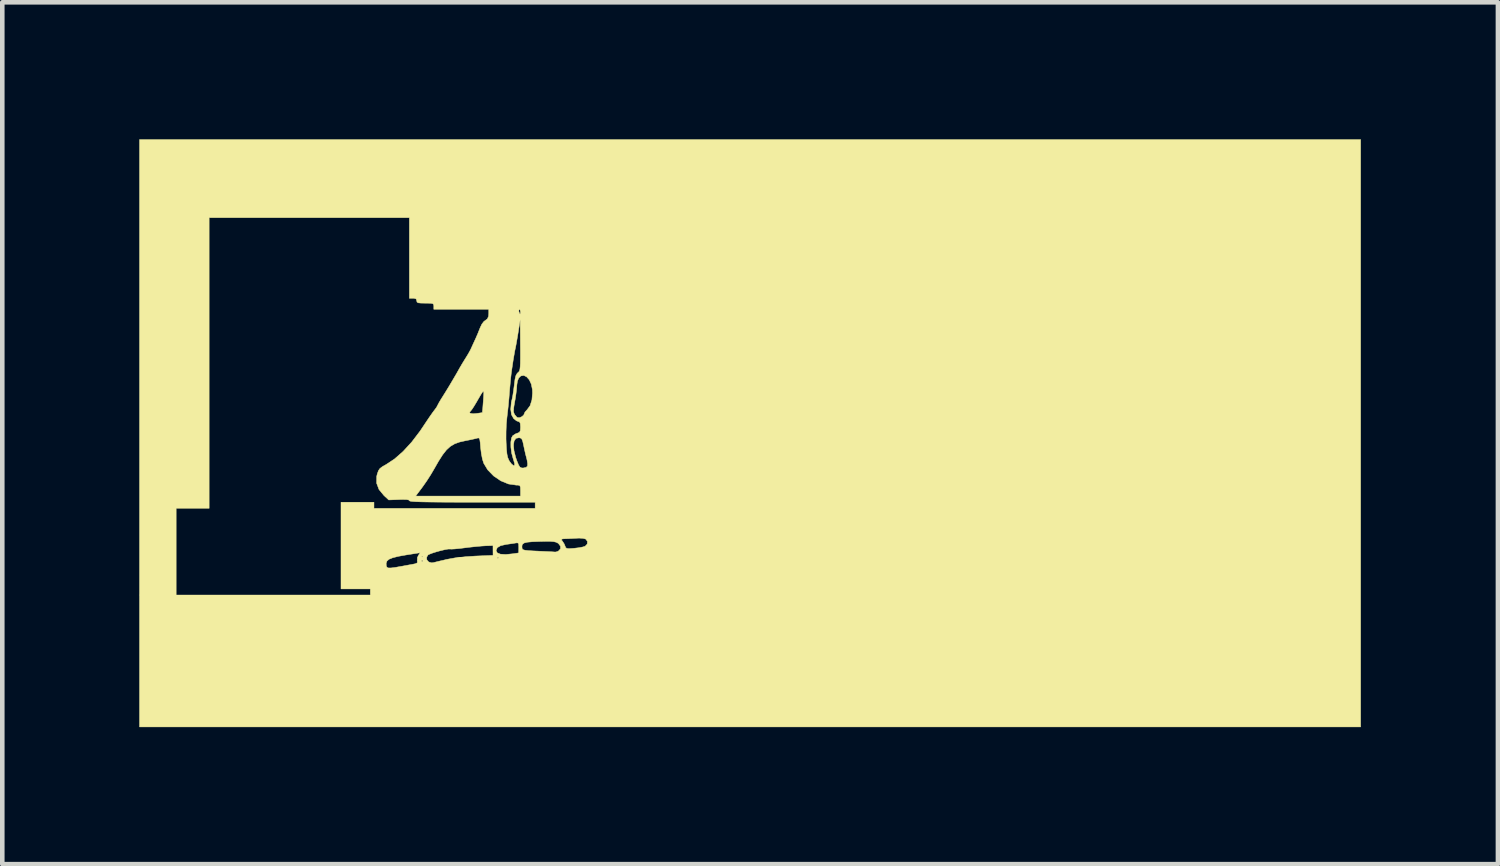
<source format=kicad_pcb>
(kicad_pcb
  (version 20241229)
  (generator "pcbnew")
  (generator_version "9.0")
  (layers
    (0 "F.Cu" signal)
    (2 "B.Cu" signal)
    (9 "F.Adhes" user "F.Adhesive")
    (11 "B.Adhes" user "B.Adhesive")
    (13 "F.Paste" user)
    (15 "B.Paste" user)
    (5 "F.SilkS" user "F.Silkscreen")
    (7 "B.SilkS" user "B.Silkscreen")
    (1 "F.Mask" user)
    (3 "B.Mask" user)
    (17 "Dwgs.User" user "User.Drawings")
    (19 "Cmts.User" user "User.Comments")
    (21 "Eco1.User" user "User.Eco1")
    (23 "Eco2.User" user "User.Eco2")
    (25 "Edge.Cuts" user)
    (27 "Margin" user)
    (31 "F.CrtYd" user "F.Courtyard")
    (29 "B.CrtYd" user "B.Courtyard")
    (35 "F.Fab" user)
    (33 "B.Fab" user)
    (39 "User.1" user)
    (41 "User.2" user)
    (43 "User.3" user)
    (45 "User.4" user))
  (footprint "assdrop"
    (layer "F.Cu")
    (at 13.373 6.422)
    (property "Reference" "assdrop" (at 0 0 0) (layer "F.SilkS") (effects (font (size 1.524 1.524) (thickness 0.3))))
    (attr through_hole)
    (fp_poly (pts (xy 13.368 6.444) (xy -13.368 6.444) (xy -13.368 1.658) (xy -12.566 1.658) (xy -12.566 3.556) (xy -8.315 3.556) (xy -8.315 3.422) (xy -8.957 3.422) (xy -8.957 2.87) (xy -7.968 2.87) (xy -7.965 2.918) (xy -7.952 2.948) (xy -7.92 2.963) (xy -7.861 2.963) (xy -7.767 2.951) (xy -7.628 2.926) (xy -7.625 2.926) (xy -7.512 2.905) (xy -7.413 2.887) (xy -7.345 2.874) (xy -7.331 2.871) (xy -7.287 2.851) (xy -7.285 2.809) (xy -7.286 2.807) (xy -7.192 2.807) (xy -7.182 2.829) (xy -7.174 2.825) (xy -7.171 2.793) (xy -7.174 2.79) (xy -7.19 2.793) (xy -7.192 2.807) (xy -7.286 2.807) (xy -7.286 2.805) (xy -7.285 2.741) (xy -7.281 2.732) (xy -7.084 2.732) (xy -7.076 2.788) (xy -7.036 2.832) (xy -6.973 2.851) (xy -6.938 2.847) (xy -6.889 2.835) (xy -6.803 2.814) (xy -6.695 2.789) (xy -6.644 2.776) (xy -6.451 2.741) (xy -6.446 2.741) (xy -5.535 2.741) (xy -5.521 2.754) (xy -5.508 2.741) (xy -5.521 2.727) (xy -5.535 2.741) (xy -6.446 2.741) (xy -6.217 2.716) (xy -6.016 2.703) (xy -5.628 2.687) (xy -5.629 2.581) (xy -5.561 2.581) (xy -5.537 2.632) (xy -5.466 2.661) (xy -5.347 2.668) (xy -5.187 2.652) (xy -5.067 2.634) (xy -5.065 2.519) (xy -5.066 2.478) (xy -4.995 2.478) (xy -4.993 2.527) (xy -4.987 2.549) (xy -4.968 2.564) (xy -4.928 2.575) (xy -4.859 2.583) (xy -4.751 2.59) (xy -4.639 2.595) (xy -4.507 2.601) (xy -4.395 2.606) (xy -4.313 2.611) (xy -4.272 2.614) (xy -4.269 2.615) (xy -4.231 2.608) (xy -4.196 2.593) (xy -4.152 2.545) (xy -4.152 2.486) (xy -4.196 2.428) (xy -4.211 2.418) (xy -4.249 2.399) (xy -4.301 2.387) (xy -4.378 2.381) (xy -4.491 2.381) (xy -4.613 2.384) (xy -4.766 2.389) (xy -4.874 2.399) (xy -4.943 2.415) (xy -4.981 2.441) (xy -4.995 2.478) (xy -5.066 2.478) (xy -5.066 2.448) (xy -5.079 2.417) (xy -5.111 2.414) (xy -5.132 2.417) (xy -5.199 2.428) (xy -5.291 2.441) (xy -5.341 2.448) (xy -5.461 2.475) (xy -5.535 2.519) (xy -5.561 2.58) (xy -5.561 2.581) (xy -5.629 2.581) (xy -5.629 2.58) (xy -5.629 2.473) (xy -5.789 2.478) (xy -5.885 2.484) (xy -6.014 2.496) (xy -6.156 2.511) (xy -6.241 2.522) (xy -6.363 2.537) (xy -6.466 2.547) (xy -6.539 2.551) (xy -6.567 2.549) (xy -6.608 2.549) (xy -6.685 2.563) (xy -6.782 2.586) (xy -6.882 2.614) (xy -6.972 2.643) (xy -7.035 2.669) (xy -7.051 2.678) (xy -7.084 2.732) (xy -7.281 2.732) (xy -7.274 2.714) (xy -7.192 2.714) (xy -7.179 2.727) (xy -7.165 2.714) (xy -7.179 2.7) (xy -7.192 2.714) (xy -7.274 2.714) (xy -7.264 2.691) (xy -7.224 2.63) (xy -7.535 2.679) (xy -7.703 2.709) (xy -7.824 2.74) (xy -7.904 2.772) (xy -7.95 2.811) (xy -7.967 2.858) (xy -7.968 2.87) (xy -8.957 2.87) (xy -8.957 2.335) (xy -4.13 2.335) (xy -4.127 2.354) (xy -4.111 2.373) (xy -4.07 2.437) (xy -4.051 2.483) (xy -4.037 2.517) (xy -4.014 2.534) (xy -3.969 2.54) (xy -3.887 2.535) (xy -3.849 2.532) (xy -3.747 2.52) (xy -3.66 2.503) (xy -3.611 2.487) (xy -3.566 2.44) (xy -3.561 2.382) (xy -3.597 2.333) (xy -3.604 2.329) (xy -3.659 2.315) (xy -3.741 2.31) (xy -3.771 2.311) (xy -3.876 2.317) (xy -3.991 2.322) (xy -4.021 2.323) (xy -4.098 2.326) (xy -4.13 2.335) (xy -8.957 2.335) (xy -8.957 1.524) (xy -8.235 1.524) (xy -8.235 1.658) (xy -4.706 1.658) (xy -4.706 1.524) (xy -6.083 1.524) (xy -6.402 1.524) (xy -6.671 1.523) (xy -6.894 1.521) (xy -7.074 1.519) (xy -7.215 1.516) (xy -7.32 1.512) (xy -7.393 1.507) (xy -7.438 1.501) (xy -7.458 1.494) (xy -7.46 1.491) (xy -7.475 1.474) (xy -7.526 1.465) (xy -7.619 1.464) (xy -7.686 1.466) (xy -7.912 1.474) (xy -8.002 1.39) (xy -7.323 1.39) (xy -5.027 1.39) (xy -5.027 1.27) (xy -5.029 1.196) (xy -5.042 1.161) (xy -5.078 1.15) (xy -5.116 1.15) (xy -5.289 1.125) (xy -5.459 1.055) (xy -5.615 0.949) (xy -5.745 0.815) (xy -5.831 0.673) (xy -5.86 0.583) (xy -5.884 0.461) (xy -5.9 0.33) (xy -5.909 0.22) (xy -5.918 0.154) (xy -5.925 0.137) (xy -5.344 0.137) (xy -5.341 0.225) (xy -5.333 0.367) (xy -5.323 0.468) (xy -5.308 0.54) (xy -5.285 0.596) (xy -5.269 0.626) (xy -5.224 0.686) (xy -5.183 0.719) (xy -5.173 0.722) (xy -5.156 0.712) (xy -5.157 0.675) (xy -5.178 0.601) (xy -5.188 0.571) (xy -5.221 0.448) (xy -5.237 0.321) (xy -5.238 0.273) (xy -5.181 0.273) (xy -5.169 0.397) (xy -5.131 0.547) (xy -5.102 0.628) (xy -5.067 0.712) (xy -5.038 0.756) (xy -5.002 0.773) (xy -4.969 0.775) (xy -4.901 0.76) (xy -4.874 0.731) (xy -4.871 0.68) (xy -4.883 0.602) (xy -4.892 0.564) (xy -4.918 0.466) (xy -4.944 0.348) (xy -4.958 0.281) (xy -4.978 0.191) (xy -4.998 0.141) (xy -5.026 0.119) (xy -5.059 0.112) (xy -5.126 0.125) (xy -5.166 0.181) (xy -5.181 0.273) (xy -5.238 0.273) (xy -5.238 0.205) (xy -5.223 0.115) (xy -5.198 0.069) (xy -5.139 0.029) (xy -5.091 0.011) (xy -5.05 -0.007) (xy -5.031 -0.043) (xy -5.027 -0.115) (xy -5.027 -0.123) (xy -5.032 -0.201) (xy -5.05 -0.236) (xy -5.068 -0.241) (xy -5.114 -0.258) (xy -5.17 -0.302) (xy -5.175 -0.306) (xy -5.224 -0.391) (xy -5.24 -0.502) (xy -5.18 -0.502) (xy -5.178 -0.453) (xy -5.166 -0.416) (xy -5.15 -0.388) (xy -5.103 -0.334) (xy -5.054 -0.325) (xy -4.998 -0.349) (xy -4.956 -0.385) (xy -4.946 -0.411) (xy -4.928 -0.451) (xy -4.883 -0.5) (xy -4.881 -0.502) (xy -4.817 -0.589) (xy -4.777 -0.714) (xy -4.764 -0.866) (xy -4.767 -0.945) (xy -4.791 -1.063) (xy -4.835 -1.157) (xy -4.893 -1.222) (xy -4.956 -1.252) (xy -5.019 -1.241) (xy -5.065 -1.197) (xy -5.093 -1.131) (xy -5.106 -1.046) (xy -5.107 -1.034) (xy -5.112 -0.959) (xy -5.125 -0.852) (xy -5.143 -0.731) (xy -5.15 -0.693) (xy -5.17 -0.578) (xy -5.18 -0.502) (xy -5.24 -0.502) (xy -5.241 -0.512) (xy -5.228 -0.662) (xy -5.211 -0.735) (xy -5.195 -0.815) (xy -5.178 -0.926) (xy -5.163 -1.044) (xy -5.162 -1.054) (xy -5.147 -1.17) (xy -5.129 -1.246) (xy -5.103 -1.293) (xy -5.084 -1.313) (xy -5.064 -1.33) (xy -5.05 -1.353) (xy -5.04 -1.387) (xy -5.034 -1.441) (xy -5.03 -1.522) (xy -5.029 -1.637) (xy -5.029 -1.794) (xy -5.03 -1.916) (xy -5.033 -2.473) (xy -5.08 -2.179) (xy -5.101 -2.055) (xy -5.12 -1.946) (xy -5.135 -1.866) (xy -5.143 -1.831) (xy -5.153 -1.783) (xy -5.168 -1.696) (xy -5.187 -1.585) (xy -5.198 -1.511) (xy -5.215 -1.398) (xy -5.229 -1.297) (xy -5.241 -1.194) (xy -5.252 -1.077) (xy -5.265 -0.934) (xy -5.279 -0.752) (xy -5.282 -0.722) (xy -5.292 -0.609) (xy -5.307 -0.47) (xy -5.323 -0.334) (xy -5.325 -0.315) (xy -5.337 -0.184) (xy -5.343 -0.026) (xy -5.344 0.137) (xy -5.925 0.137) (xy -5.931 0.123) (xy -5.951 0.116) (xy -5.973 0.121) (xy -6.027 0.135) (xy -6.114 0.154) (xy -6.218 0.175) (xy -6.225 0.176) (xy -6.359 0.206) (xy -6.468 0.245) (xy -6.562 0.301) (xy -6.647 0.378) (xy -6.732 0.486) (xy -6.823 0.629) (xy -6.916 0.792) (xy -6.992 0.921) (xy -7.082 1.061) (xy -7.169 1.185) (xy -7.18 1.2) (xy -7.323 1.39) (xy -8.002 1.39) (xy -8.021 1.372) (xy -8.125 1.245) (xy -8.177 1.107) (xy -8.176 0.96) (xy -8.163 0.906) (xy -8.138 0.835) (xy -8.105 0.786) (xy -8.048 0.743) (xy -7.968 0.698) (xy -7.785 0.577) (xy -7.596 0.411) (xy -7.408 0.206) (xy -7.226 -0.033) (xy -7.173 -0.112) (xy -7.093 -0.232) (xy -7.02 -0.34) (xy -6.96 -0.426) (xy -6.949 -0.441) (xy -6.145 -0.441) (xy -6.123 -0.422) (xy -6.065 -0.414) (xy -5.995 -0.419) (xy -5.92 -0.429) (xy -5.872 -0.437) (xy -5.863 -0.439) (xy -5.86 -0.466) (xy -5.853 -0.533) (xy -5.846 -0.631) (xy -5.841 -0.696) (xy -5.834 -0.805) (xy -5.831 -0.875) (xy -5.838 -0.903) (xy -5.858 -0.889) (xy -5.895 -0.832) (xy -5.954 -0.731) (xy -5.996 -0.658) (xy -6.048 -0.572) (xy -6.093 -0.504) (xy -6.122 -0.469) (xy -6.124 -0.467) (xy -6.145 -0.441) (xy -6.949 -0.441) (xy -6.921 -0.479) (xy -6.913 -0.489) (xy -6.865 -0.554) (xy -6.843 -0.596) (xy -6.813 -0.653) (xy -6.767 -0.731) (xy -6.739 -0.775) (xy -6.674 -0.879) (xy -6.593 -1.011) (xy -6.508 -1.155) (xy -6.428 -1.291) (xy -6.366 -1.401) (xy -6.364 -1.405) (xy -6.313 -1.493) (xy -6.252 -1.593) (xy -6.228 -1.631) (xy -6.173 -1.721) (xy -6.123 -1.811) (xy -6.107 -1.845) (xy -6.069 -1.929) (xy -6.024 -2.027) (xy -6.009 -2.059) (xy -5.964 -2.162) (xy -5.921 -2.27) (xy -5.91 -2.297) (xy -5.873 -2.375) (xy -5.83 -2.432) (xy -5.814 -2.444) (xy -5.754 -2.488) (xy -5.727 -2.545) (xy -5.722 -2.614) (xy -5.722 -2.679) (xy -5.065 -2.679) (xy -5.061 -2.647) (xy -5.045 -2.604) (xy -5.037 -2.593) (xy -5.028 -2.616) (xy -5.027 -2.647) (xy -5.037 -2.69) (xy -5.051 -2.7) (xy -5.065 -2.679) (xy -5.722 -2.679) (xy -5.722 -2.7) (xy -6.925 -2.7) (xy -6.925 -2.767) (xy -6.928 -2.802) (xy -6.944 -2.822) (xy -6.985 -2.831) (xy -7.062 -2.834) (xy -7.112 -2.834) (xy -7.21 -2.836) (xy -7.267 -2.842) (xy -7.292 -2.857) (xy -7.299 -2.883) (xy -7.299 -2.888) (xy -7.312 -2.927) (xy -7.359 -2.941) (xy -7.379 -2.941) (xy -7.46 -2.941) (xy -7.46 -4.706) (xy -11.844 -4.706) (xy -11.844 1.658) (xy -12.566 1.658) (xy -13.368 1.658) (xy -13.368 -6.417) (xy 13.368 -6.417) (xy 13.368 6.444)) (stroke (width 0.01) (type solid)) (fill yes) (layer "F.SilkS")))
  (gr_rect
    (start -3 -3)
    (end 29.747 15.87)
    (stroke (width 0.1) (type default))
    (fill no)
    (layer "Edge.Cuts")))
</source>
